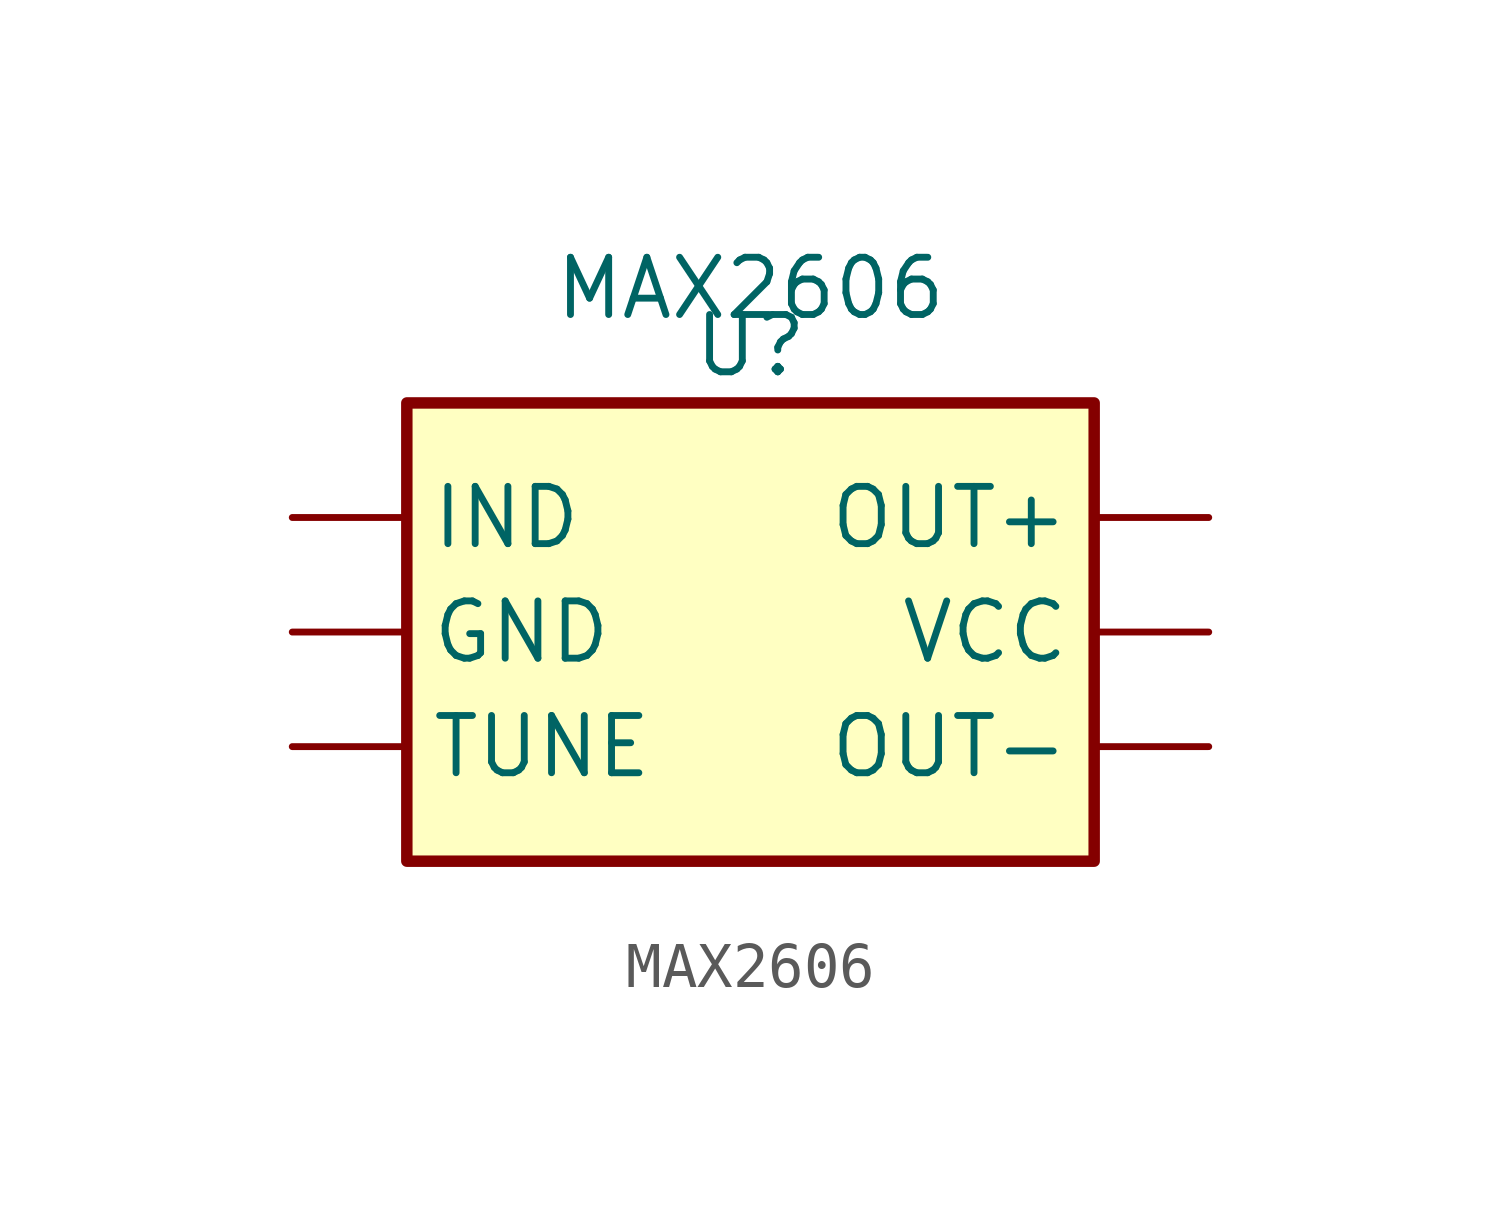
<source format=kicad_sym>
(kicad_symbol_lib
  (version 20211014)
  (generator kicad_symbol_editor)
  (symbol "MAX2606"
    (property "Reference" "U"
      (at 0 6.35 0)
      (effects (font (size 1.27 1.27))))
    (property "Value" "MAX2606"
      (at 0 7.62 0)
      (effects (font (size 1.27 1.27))))
    (symbol "MAX2606_0_1"
      (rectangle (start -7.62 5.08) (end 7.62 -5.08) (stroke (width 0.254) (type default) (color 0 0 0 0)) (fill (type background))))
    (symbol "MAX2606_1_1"
      (pin bidirectional line (at -10.16 0 0) (length 2.54) (name "GND" (effects (font (size 1.27 1.27)))) (number "" (effects (font (size 1.27 1.27)))))
      (pin input line (at -10.16 2.54 0) (length 2.54) (name "IND" (effects (font (size 1.27 1.27)))) (number "" (effects (font (size 1.27 1.27)))))
      (pin output line (at 10.16 2.54 180) (length 2.54) (name "OUT+" (effects (font (size 1.27 1.27)))) (number "" (effects (font (size 1.27 1.27)))))
      (pin output line (at 10.16 -2.54 180) (length 2.54) (name "OUT-" (effects (font (size 1.27 1.27)))) (number "" (effects (font (size 1.27 1.27)))))
      (pin input line (at -10.16 -2.54 0) (length 2.54) (name "TUNE" (effects (font (size 1.27 1.27)))) (number "" (effects (font (size 1.27 1.27)))))
      (pin power_in line (at 10.16 0 180) (length 2.54) (name "VCC" (effects (font (size 1.27 1.27)))) (number "" (effects (font (size 1.27 1.27))))))))
</source>
